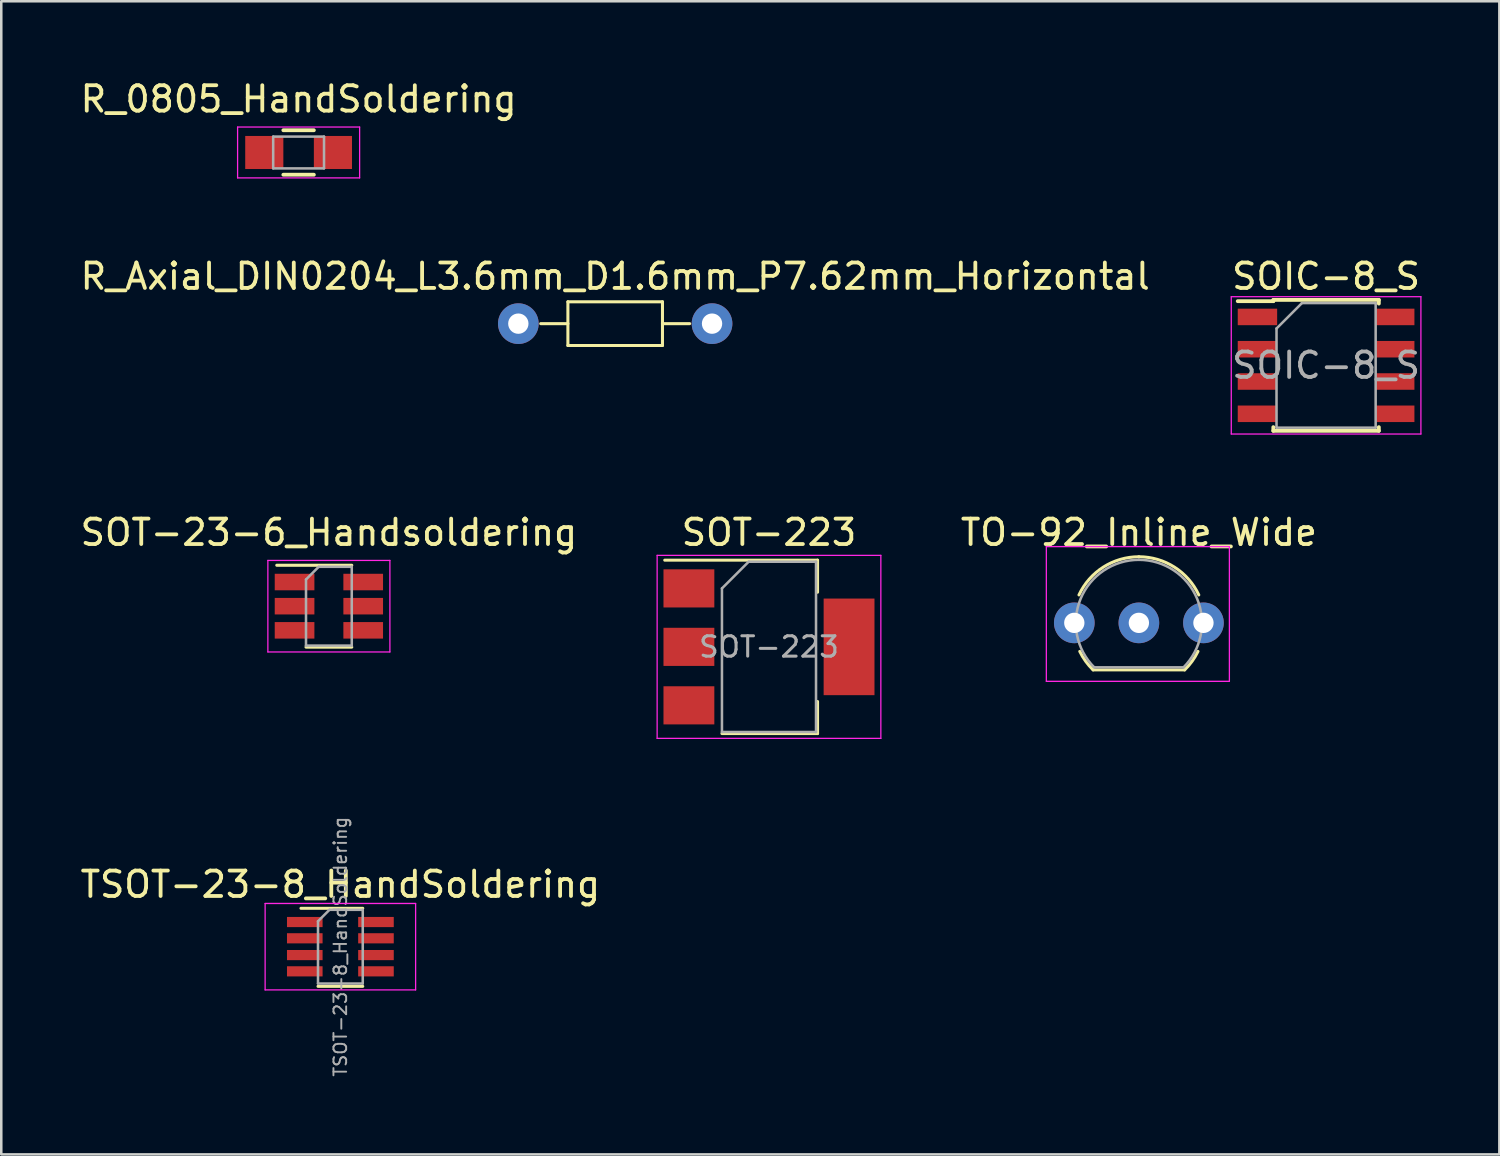
<source format=kicad_pcb>
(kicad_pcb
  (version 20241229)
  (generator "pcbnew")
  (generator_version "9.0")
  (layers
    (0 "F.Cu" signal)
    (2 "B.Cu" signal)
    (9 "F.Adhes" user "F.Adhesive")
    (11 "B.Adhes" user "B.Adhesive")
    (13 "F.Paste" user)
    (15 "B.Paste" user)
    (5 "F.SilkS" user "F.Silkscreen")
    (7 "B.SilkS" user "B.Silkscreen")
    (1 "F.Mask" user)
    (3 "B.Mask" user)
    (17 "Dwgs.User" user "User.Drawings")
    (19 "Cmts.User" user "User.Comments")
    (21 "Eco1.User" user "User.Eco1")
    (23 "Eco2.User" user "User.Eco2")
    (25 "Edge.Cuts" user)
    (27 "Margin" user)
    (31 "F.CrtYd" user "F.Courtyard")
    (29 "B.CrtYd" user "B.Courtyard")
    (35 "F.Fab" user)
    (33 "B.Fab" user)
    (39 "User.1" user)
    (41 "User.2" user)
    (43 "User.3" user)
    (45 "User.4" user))
  (footprint "SOT-223"
    (layer "F.Cu")
    (at 27.199 22.395)
    (property "Reference" "SOT-223" (at 0 -4.5 0) (layer "F.SilkS") (effects (font (size 1 1) (thickness 0.15))))
    (attr smd)
    (fp_line (start -4.1 -3.41) (end 1.91 -3.41) (stroke (width 0.12) (type solid)) (layer "F.SilkS"))
    (fp_line (start -1.85 3.41) (end 1.91 3.41) (stroke (width 0.12) (type solid)) (layer "F.SilkS"))
    (fp_line (start 1.91 -3.41) (end 1.91 -2.15) (stroke (width 0.12) (type solid)) (layer "F.SilkS"))
    (fp_line (start 1.91 3.41) (end 1.91 2.15) (stroke (width 0.12) (type solid)) (layer "F.SilkS"))
    (fp_line (start -4.4 -3.6) (end -4.4 3.6) (stroke (width 0.05) (type solid)) (layer "F.CrtYd"))
    (fp_line (start -4.4 3.6) (end 4.4 3.6) (stroke (width 0.05) (type solid)) (layer "F.CrtYd"))
    (fp_line (start 4.4 -3.6) (end -4.4 -3.6) (stroke (width 0.05) (type solid)) (layer "F.CrtYd"))
    (fp_line (start 4.4 3.6) (end 4.4 -3.6) (stroke (width 0.05) (type solid)) (layer "F.CrtYd"))
    (fp_line (start -1.85 -2.3) (end -1.85 3.35) (stroke (width 0.1) (type solid)) (layer "F.Fab"))
    (fp_line (start -1.85 -2.3) (end -0.8 -3.35) (stroke (width 0.1) (type solid)) (layer "F.Fab"))
    (fp_line (start -1.85 3.35) (end 1.85 3.35) (stroke (width 0.1) (type solid)) (layer "F.Fab"))
    (fp_line (start -0.8 -3.35) (end 1.85 -3.35) (stroke (width 0.1) (type solid)) (layer "F.Fab"))
    (fp_line (start 1.85 -3.35) (end 1.85 3.35) (stroke (width 0.1) (type solid)) (layer "F.Fab"))
    (fp_text user "${REFERENCE}" (at 0 0 0) (layer "F.Fab") (effects (font (size 0.8 0.8) (thickness 0.12))))
    (pad "1" smd rect (at -3.15 -2.3) (size 2 1.5) (layers "F.Cu" "F.Mask" "F.Paste"))
    (pad "2" smd rect (at -3.15 0) (size 2 1.5) (layers "F.Cu" "F.Mask" "F.Paste"))
    (pad "3" smd rect (at -3.15 2.3) (size 2 1.5) (layers "F.Cu" "F.Mask" "F.Paste"))
    (pad "4" smd rect (at 3.15 0) (size 2 3.8) (layers "F.Cu" "F.Mask" "F.Paste")))
  (footprint "TO-92_Inline_Wide"
    (layer "F.Cu")
    (at 39.209 21.451)
    (property "Reference" "TO-92_Inline_Wide" (at 2.54 -3.556 180) (layer "F.SilkS") (effects (font (size 1 1) (thickness 0.15))))
    (attr through_hole)
    (fp_line (start 0.74 1.85) (end 4.34 1.85) (stroke (width 0.12) (type solid)) (layer "F.SilkS"))
    (fp_arc (start 0.1836 -1.098807) (mid 1.143021 -2.192817) (end 2.54 -2.6) (stroke (width 0.12) (type solid)) (layer "F.SilkS"))
    (fp_arc (start 0.74 1.85) (mid 0.446097 1.509328) (end 0.215816 1.122795) (stroke (width 0.12) (type solid)) (layer "F.SilkS"))
    (fp_arc (start 2.54 -2.6) (mid 3.936979 -2.192818) (end 4.8964 -1.098807) (stroke (width 0.12) (type solid)) (layer "F.SilkS"))
    (fp_arc (start 4.864184 1.122795) (mid 4.633903 1.509328) (end 4.34 1.85) (stroke (width 0.12) (type solid)) (layer "F.SilkS"))
    (fp_line (start -1.1 -3) (end 6.1 -3) (stroke (width 0.05) (type solid)) (layer "F.CrtYd"))
    (fp_line (start -1.1 2.3) (end -1.1 -3) (stroke (width 0.05) (type solid)) (layer "F.CrtYd"))
    (fp_line (start 6.1 -3) (end 6.1 2.3) (stroke (width 0.05) (type solid)) (layer "F.CrtYd"))
    (fp_line (start 6.1 2.3) (end -1.1 2.3) (stroke (width 0.05) (type solid)) (layer "F.CrtYd"))
    (fp_line (start 0.8 1.75) (end 4.3 1.75) (stroke (width 0.1) (type solid)) (layer "F.Fab"))
    (fp_arc (start 0.786375 1.753625) (mid 0.248779 -0.949055) (end 2.54 -2.48) (stroke (width 0.1) (type solid)) (layer "F.Fab"))
    (fp_arc (start 2.54 -2.48) (mid 4.831221 -0.949055) (end 4.293625 1.753625) (stroke (width 0.1) (type solid)) (layer "F.Fab"))
    (pad "1" thru_hole circle (at 0 0 90) (size 1.6 1.6) (drill 0.8) (layers "*.Cu" "*.Mask"))
    (pad "2" thru_hole circle (at 2.54 0 90) (size 1.6 1.6) (drill 0.8) (layers "*.Cu" "*.Mask"))
    (pad "3" thru_hole circle (at 5.08 0 90) (size 1.6 1.6) (drill 0.8) (layers "*.Cu" "*.Mask")))
  (footprint "R_0805_HandSoldering"
    (layer "F.Cu")
    (at 8.696 2.948)
    (property "Reference" "R_0805_HandSoldering" (at 0 -2.1 0) (layer "F.SilkS") (effects (font (size 1 1) (thickness 0.15))))
    (attr smd)
    (fp_line (start -0.6 -0.875) (end 0.6 -0.875) (stroke (width 0.15) (type solid)) (layer "F.SilkS"))
    (fp_line (start 0.6 0.875) (end -0.6 0.875) (stroke (width 0.15) (type solid)) (layer "F.SilkS"))
    (fp_line (start -2.4 -1) (end -2.4 1) (stroke (width 0.05) (type solid)) (layer "F.CrtYd"))
    (fp_line (start -2.4 -1) (end 2.4 -1) (stroke (width 0.05) (type solid)) (layer "F.CrtYd"))
    (fp_line (start -2.4 1) (end 2.4 1) (stroke (width 0.05) (type solid)) (layer "F.CrtYd"))
    (fp_line (start 2.4 -1) (end 2.4 1) (stroke (width 0.05) (type solid)) (layer "F.CrtYd"))
    (fp_line (start -1 -0.625) (end 1 -0.625) (stroke (width 0.1) (type solid)) (layer "F.Fab"))
    (fp_line (start -1 0.625) (end -1 -0.625) (stroke (width 0.1) (type solid)) (layer "F.Fab"))
    (fp_line (start 1 -0.625) (end 1 0.625) (stroke (width 0.1) (type solid)) (layer "F.Fab"))
    (fp_line (start 1 0.625) (end -1 0.625) (stroke (width 0.1) (type solid)) (layer "F.Fab"))
    (pad "1" smd rect (at -1.35 0) (size 1.5 1.3) (layers "F.Cu" "F.Mask" "F.Paste"))
    (pad "2" smd rect (at 1.35 0) (size 1.5 1.3) (layers "F.Cu" "F.Mask" "F.Paste")))
  (footprint "SOIC-8_S"
    (layer "F.Cu")
    (at 49.113 11.322)
    (property "Reference" "SOIC-8_S" (at 0 -3.5 0) (layer "F.SilkS") (effects (font (size 1 1) (thickness 0.15))))
    (attr smd)
    (fp_line (start -2.075 -2.575) (end -2.075 -2.525) (stroke (width 0.15) (type solid)) (layer "F.SilkS"))
    (fp_line (start -2.075 -2.575) (end 2.075 -2.575) (stroke (width 0.15) (type solid)) (layer "F.SilkS"))
    (fp_line (start -2.075 -2.525) (end -3.475 -2.525) (stroke (width 0.15) (type solid)) (layer "F.SilkS"))
    (fp_line (start -2.075 2.575) (end -2.075 2.43) (stroke (width 0.15) (type solid)) (layer "F.SilkS"))
    (fp_line (start -2.075 2.575) (end 2.075 2.575) (stroke (width 0.15) (type solid)) (layer "F.SilkS"))
    (fp_line (start 2.075 -2.575) (end 2.075 -2.43) (stroke (width 0.15) (type solid)) (layer "F.SilkS"))
    (fp_line (start 2.075 2.575) (end 2.075 2.43) (stroke (width 0.15) (type solid)) (layer "F.SilkS"))
    (fp_line (start -3.73 -2.7) (end -3.73 2.7) (stroke (width 0.05) (type solid)) (layer "F.CrtYd"))
    (fp_line (start -3.73 -2.7) (end 3.73 -2.7) (stroke (width 0.05) (type solid)) (layer "F.CrtYd"))
    (fp_line (start -3.73 2.7) (end 3.73 2.7) (stroke (width 0.05) (type solid)) (layer "F.CrtYd"))
    (fp_line (start 3.73 -2.7) (end 3.73 2.7) (stroke (width 0.05) (type solid)) (layer "F.CrtYd"))
    (fp_line (start -1.95 -1.45) (end -0.95 -2.45) (stroke (width 0.1) (type solid)) (layer "F.Fab"))
    (fp_line (start -1.95 2.45) (end -1.95 -1.45) (stroke (width 0.1) (type solid)) (layer "F.Fab"))
    (fp_line (start -0.95 -2.45) (end 1.95 -2.45) (stroke (width 0.1) (type solid)) (layer "F.Fab"))
    (fp_line (start 1.95 -2.45) (end 1.95 2.45) (stroke (width 0.1) (type solid)) (layer "F.Fab"))
    (fp_line (start 1.95 2.45) (end -1.95 2.45) (stroke (width 0.1) (type solid)) (layer "F.Fab"))
    (fp_text user "${REFERENCE}" (at 0 0 0) (layer "F.Fab") (effects (font (size 1 1) (thickness 0.15))))
    (pad "1" smd rect (at -2.7 -1.905) (size 1.55 0.65) (layers "F.Cu" "F.Mask" "F.Paste"))
    (pad "2" smd rect (at -2.7 -0.635) (size 1.55 0.65) (layers "F.Cu" "F.Mask" "F.Paste"))
    (pad "3" smd rect (at -2.7 0.635) (size 1.55 0.65) (layers "F.Cu" "F.Mask" "F.Paste"))
    (pad "4" smd rect (at -2.7 1.905) (size 1.55 0.65) (layers "F.Cu" "F.Mask" "F.Paste"))
    (pad "5" smd rect (at 2.7 1.905) (size 1.55 0.65) (layers "F.Cu" "F.Mask" "F.Paste"))
    (pad "6" smd rect (at 2.7 0.635) (size 1.55 0.65) (layers "F.Cu" "F.Mask" "F.Paste"))
    (pad "7" smd rect (at 2.7 -0.635) (size 1.55 0.65) (layers "F.Cu" "F.Mask" "F.Paste"))
    (pad "8" smd rect (at 2.7 -1.905) (size 1.55 0.65) (layers "F.Cu" "F.Mask" "F.Paste")))
  (footprint "TSOT-23-8_HandSoldering"
    (layer "F.Cu")
    (at 10.339 34.189)
    (property "Reference" "TSOT-23-8_HandSoldering" (at 0 -2.45 0) (layer "F.SilkS") (effects (font (size 1 1) (thickness 0.15))))
    (attr smd)
    (fp_line (start -0.88 1.56) (end 0.88 1.56) (stroke (width 0.12) (type solid)) (layer "F.SilkS"))
    (fp_line (start 0.88 -1.51) (end -1.55 -1.51) (stroke (width 0.12) (type solid)) (layer "F.SilkS"))
    (fp_line (start -2.96 -1.7) (end -2.96 1.7) (stroke (width 0.05) (type solid)) (layer "F.CrtYd"))
    (fp_line (start -2.96 -1.7) (end 2.96 -1.7) (stroke (width 0.05) (type solid)) (layer "F.CrtYd"))
    (fp_line (start 2.96 1.7) (end -2.96 1.7) (stroke (width 0.05) (type solid)) (layer "F.CrtYd"))
    (fp_line (start 2.96 1.7) (end 2.96 -1.7) (stroke (width 0.05) (type solid)) (layer "F.CrtYd"))
    (fp_line (start -0.88 -1) (end -0.88 1.45) (stroke (width 0.1) (type solid)) (layer "F.Fab"))
    (fp_line (start -0.88 -1) (end -0.43 -1.45) (stroke (width 0.1) (type solid)) (layer "F.Fab"))
    (fp_line (start 0.88 -1.45) (end -0.43 -1.45) (stroke (width 0.1) (type solid)) (layer "F.Fab"))
    (fp_line (start 0.88 -1.45) (end 0.88 1.45) (stroke (width 0.1) (type solid)) (layer "F.Fab"))
    (fp_line (start 0.88 1.45) (end -0.88 1.45) (stroke (width 0.1) (type solid)) (layer "F.Fab"))
    (fp_text user "${REFERENCE}" (at 0 0 90) (layer "F.Fab") (effects (font (size 0.5 0.5) (thickness 0.075))))
    (pad "1" smd rect (at -1.4 -0.97) (size 1.4 0.4) (layers "F.Cu" "F.Mask" "F.Paste"))
    (pad "2" smd rect (at -1.4 -0.33) (size 1.4 0.4) (layers "F.Cu" "F.Mask" "F.Paste"))
    (pad "3" smd rect (at -1.4 0.33) (size 1.4 0.4) (layers "F.Cu" "F.Mask" "F.Paste"))
    (pad "4" smd rect (at -1.4 0.97) (size 1.4 0.4) (layers "F.Cu" "F.Mask" "F.Paste"))
    (pad "5" smd rect (at 1.4 0.97) (size 1.4 0.4) (layers "F.Cu" "F.Mask" "F.Paste"))
    (pad "6" smd rect (at 1.4 0.33) (size 1.4 0.4) (layers "F.Cu" "F.Mask" "F.Paste"))
    (pad "7" smd rect (at 1.4 -0.33) (size 1.4 0.4) (layers "F.Cu" "F.Mask" "F.Paste"))
    (pad "8" smd rect (at 1.4 -0.97) (size 1.4 0.4) (layers "F.Cu" "F.Mask" "F.Paste")))
  (footprint "R_Axial_DIN0204_L3.6mm_D1.6mm_P7.62mm_Horizontal"
    (layer "F.Cu")
    (at 17.339 9.681)
    (property "Reference" "R_Axial_DIN0204_L3.6mm_D1.6mm_P7.62mm_Horizontal" (at 3.81 -1.86 0) (layer "F.SilkS") (effects (font (size 1 1) (thickness 0.15))))
    (attr through_hole)
    (fp_line (start 0.88 0) (end 1.95 0) (stroke (width 0.12) (type solid)) (layer "F.SilkS"))
    (fp_line (start 1.95 -0.86) (end 1.95 0.86) (stroke (width 0.12) (type solid)) (layer "F.SilkS"))
    (fp_line (start 1.95 0.86) (end 5.67 0.86) (stroke (width 0.12) (type solid)) (layer "F.SilkS"))
    (fp_line (start 5.67 -0.86) (end 1.95 -0.86) (stroke (width 0.12) (type solid)) (layer "F.SilkS"))
    (fp_line (start 5.67 0.86) (end 5.67 -0.86) (stroke (width 0.12) (type solid)) (layer "F.SilkS"))
    (fp_line (start 6.74 0) (end 5.67 0) (stroke (width 0.12) (type solid)) (layer "F.SilkS"))
    (pad "1" thru_hole circle (at 0 0) (size 1.6 1.6) (drill 0.8) (layers "*.Cu" "*.Mask"))
    (pad "2" thru_hole circle (at 7.62 0) (size 1.6 1.6) (drill 0.8) (layers "*.Cu" "*.Mask")))
  (footprint "SOT-23-6_Handsoldering"
    (layer "F.Cu")
    (at 9.887 20.795)
    (property "Reference" "SOT-23-6_Handsoldering" (at 0 -2.9 0) (layer "F.SilkS") (effects (font (size 1 1) (thickness 0.15))))
    (attr smd)
    (fp_line (start -0.9 1.61) (end 0.9 1.61) (stroke (width 0.12) (type solid)) (layer "F.SilkS"))
    (fp_line (start 0.9 -1.61) (end -2.05 -1.61) (stroke (width 0.12) (type solid)) (layer "F.SilkS"))
    (fp_line (start -2.4 -1.8) (end 2.4 -1.8) (stroke (width 0.05) (type solid)) (layer "F.CrtYd"))
    (fp_line (start -2.4 1.8) (end -2.4 -1.8) (stroke (width 0.05) (type solid)) (layer "F.CrtYd"))
    (fp_line (start 2.4 -1.8) (end 2.4 1.8) (stroke (width 0.05) (type solid)) (layer "F.CrtYd"))
    (fp_line (start 2.4 1.8) (end -2.4 1.8) (stroke (width 0.05) (type solid)) (layer "F.CrtYd"))
    (fp_line (start -0.9 -1.05) (end -0.9 1.55) (stroke (width 0.1) (type solid)) (layer "F.Fab"))
    (fp_line (start -0.4 -1.55) (end -0.9 -1.05) (stroke (width 0.1) (type solid)) (layer "F.Fab"))
    (fp_line (start 0.9 -1.55) (end -0.4 -1.55) (stroke (width 0.1) (type solid)) (layer "F.Fab"))
    (fp_line (start 0.9 -1.55) (end 0.9 1.55) (stroke (width 0.1) (type solid)) (layer "F.Fab"))
    (fp_line (start 0.9 1.55) (end -0.9 1.55) (stroke (width 0.1) (type solid)) (layer "F.Fab"))
    (pad "1" smd rect (at -1.35 -0.95) (size 1.56 0.65) (layers "F.Cu" "F.Mask" "F.Paste"))
    (pad "2" smd rect (at -1.35 0) (size 1.56 0.65) (layers "F.Cu" "F.Mask" "F.Paste"))
    (pad "3" smd rect (at -1.35 0.95) (size 1.56 0.65) (layers "F.Cu" "F.Mask" "F.Paste"))
    (pad "4" smd rect (at 1.35 0.95) (size 1.56 0.65) (layers "F.Cu" "F.Mask" "F.Paste"))
    (pad "5" smd rect (at 1.35 0) (size 1.56 0.65) (layers "F.Cu" "F.Mask" "F.Paste"))
    (pad "6" smd rect (at 1.35 -0.95) (size 1.56 0.65) (layers "F.Cu" "F.Mask" "F.Paste")))
  (gr_rect
    (start -3 -3)
    (end 55.929 42.359)
    (stroke (width 0.1) (type default))
    (fill no)
    (layer "Edge.Cuts")))
</source>
